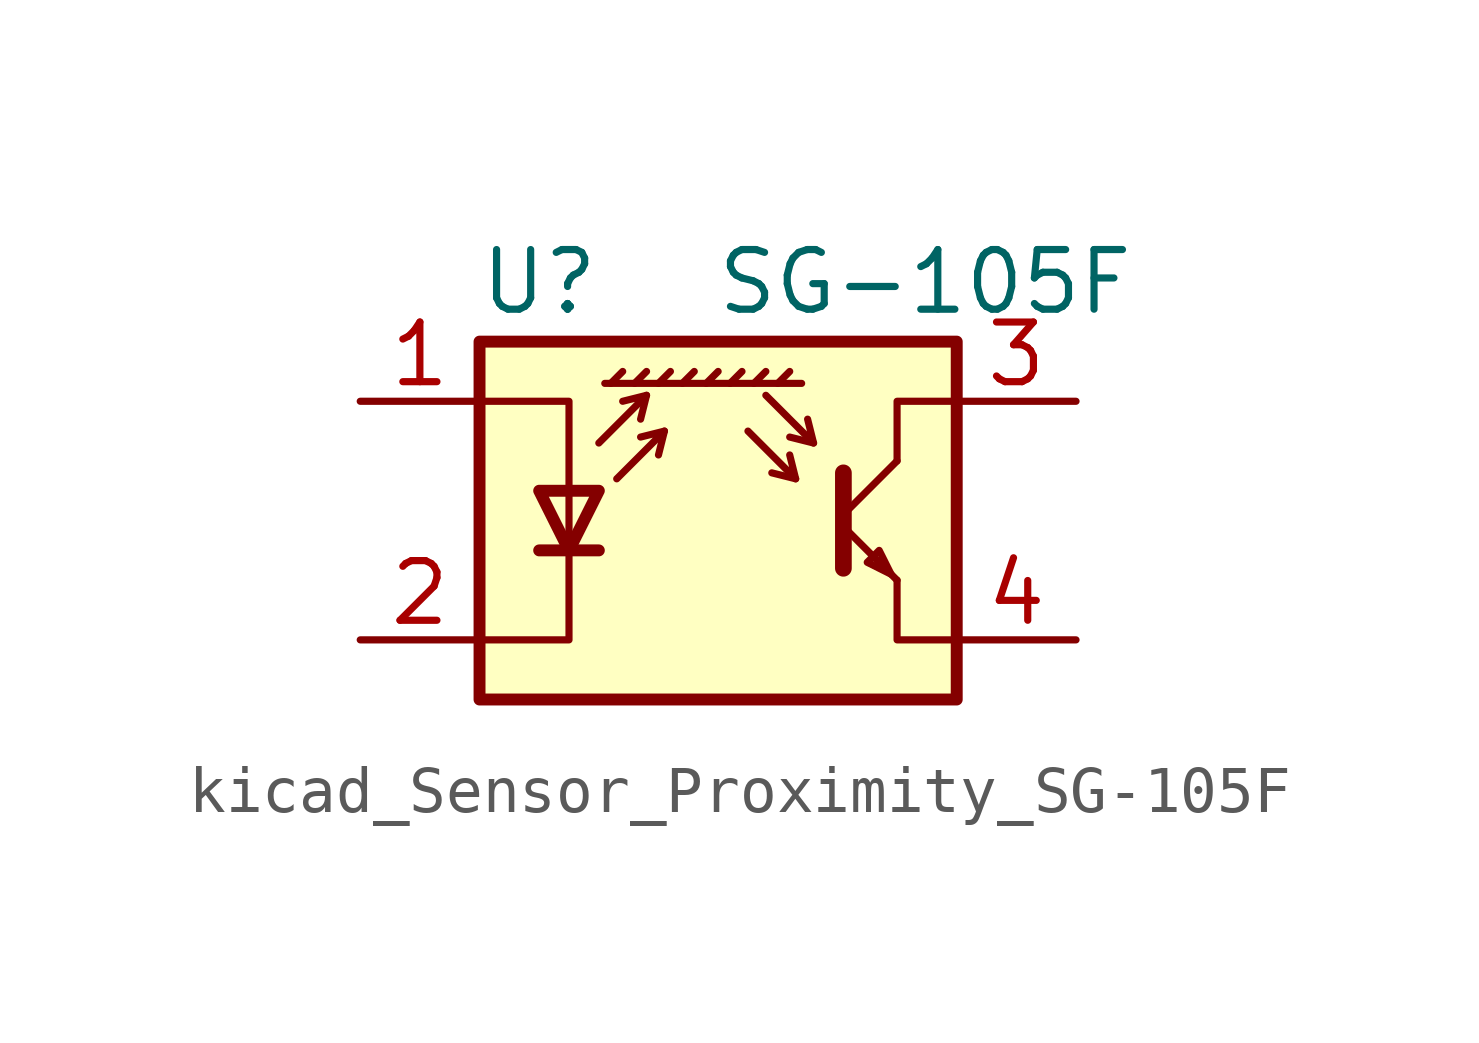
<source format=kicad_sym>
(kicad_symbol_lib
  (version 20220914)
  (generator kicad_symbol_editor)
  (symbol "kicad_Sensor_Proximity_SG-105F"
    (pin_names
      (offset 1.016) hide)
    (property "Reference" "U"
      (at -3.81 5.08 0)
      (effects (font (size 1.27 1.27))))
    (property "Value" "SG-105F"
      (at 8.89 5.08 0)
      (effects (font (size 1.27 1.27)) (justify right)))
    (symbol "kicad_Sensor_Proximity_SG-105F_0_1"
      (polyline (pts (xy -3.81 -0.635) (xy -2.54 -0.635)) (stroke (width 0.254) (type default)) (fill (type none)))
      (polyline (pts (xy -2.286 2.921) (xy -2.032 3.175)) (stroke (width 0) (type default)) (fill (type none)))
      (polyline (pts (xy -1.778 2.921) (xy -1.524 3.175)) (stroke (width 0) (type default)) (fill (type none)))
      (polyline (pts (xy -1.524 2.667) (xy -1.651 2.159)) (stroke (width 0) (type default)) (fill (type none)))
      (polyline (pts (xy -1.27 2.921) (xy -1.016 3.175)) (stroke (width 0) (type default)) (fill (type none)))
      (polyline (pts (xy -1.143 1.905) (xy -1.27 1.397)) (stroke (width 0) (type default)) (fill (type none)))
      (polyline (pts (xy -0.762 2.921) (xy -0.508 3.175)) (stroke (width 0) (type default)) (fill (type none)))
      (polyline (pts (xy -0.254 2.921) (xy 0 3.175)) (stroke (width 0) (type default)) (fill (type none)))
      (polyline (pts (xy 0.254 2.921) (xy 0.508 3.175)) (stroke (width 0) (type default)) (fill (type none)))
      (polyline (pts (xy 0.762 2.921) (xy 1.016 3.175)) (stroke (width 0) (type default)) (fill (type none)))
      (polyline (pts (xy 1.27 2.921) (xy 1.524 3.175)) (stroke (width 0) (type default)) (fill (type none)))
      (polyline (pts (xy 1.651 0.889) (xy 1.143 1.016)) (stroke (width 0) (type default)) (fill (type none)))
      (polyline (pts (xy 1.778 2.921) (xy -2.413 2.921)) (stroke (width 0) (type default)) (fill (type none)))
      (polyline (pts (xy 2.032 1.651) (xy 1.524 1.778)) (stroke (width 0) (type default)) (fill (type none)))
      (polyline (pts (xy 2.667 -0.127) (xy 3.81 -1.27)) (stroke (width 0) (type default)) (fill (type none)))
      (polyline (pts (xy 2.667 0.127) (xy 3.81 1.27)) (stroke (width 0) (type default)) (fill (type none)))
      (polyline (pts (xy -2.54 1.651) (xy -1.524 2.667) (xy -2.032 2.54)) (stroke (width 0) (type default)) (fill (type none)))
      (polyline (pts (xy -2.159 0.889) (xy -1.143 1.905) (xy -1.651 1.778)) (stroke (width 0) (type default)) (fill (type none)))
      (polyline (pts (xy 0.635 1.905) (xy 1.651 0.889) (xy 1.524 1.397)) (stroke (width 0) (type default)) (fill (type none)))
      (polyline (pts (xy 1.016 2.667) (xy 2.032 1.651) (xy 1.905 2.159)) (stroke (width 0) (type default)) (fill (type none)))
      (polyline (pts (xy 2.667 1.016) (xy 2.667 -1.016) (xy 2.667 -1.016)) (stroke (width 0.356) (type default)) (fill (type none)))
      (polyline (pts (xy 3.81 -1.27) (xy 3.81 -2.54) (xy 5.08 -2.54)) (stroke (width 0) (type default)) (fill (type none)))
      (polyline (pts (xy 3.81 1.27) (xy 3.81 2.54) (xy 5.08 2.54)) (stroke (width 0) (type default)) (fill (type none)))
      (polyline (pts (xy -5.08 -2.54) (xy -3.175 -2.54) (xy -3.175 2.54) (xy -5.08 2.54)) (stroke (width 0) (type default)) (fill (type none)))
      (polyline (pts (xy -3.175 -0.635) (xy -3.81 0.635) (xy -2.54 0.635) (xy -3.175 -0.635)) (stroke (width 0.254) (type default)) (fill (type none)))
      (polyline (pts (xy 3.683 -1.143) (xy 3.429 -0.635) (xy 3.175 -0.889) (xy 3.683 -1.143)) (stroke (width 0) (type default)) (fill (type none)))
      (polyline (pts (xy -5.08 -3.81) (xy 5.08 -3.81) (xy 5.08 3.81) (xy -5.08 3.81) (xy -5.08 -3.81)) (stroke (width 0.254) (type default)) (fill (type background))))
    (symbol "kicad_Sensor_Proximity_SG-105F_1_1"
      (pin passive line (at -7.62 2.54 0) (length 2.54) (name "A" (effects (font (size 1.27 1.27)))) (number "1" (effects (font (size 1.27 1.27)))))
      (pin passive line (at -7.62 -2.54 0) (length 2.54) (name "K" (effects (font (size 1.27 1.27)))) (number "2" (effects (font (size 1.27 1.27)))))
      (pin open_collector line (at 7.62 2.54 180) (length 2.54) (name "C" (effects (font (size 1.27 1.27)))) (number "3" (effects (font (size 1.27 1.27)))))
      (pin open_emitter line (at 7.62 -2.54 180) (length 2.54) (name "E" (effects (font (size 1.27 1.27)))) (number "4" (effects (font (size 1.27 1.27))))))))
</source>
